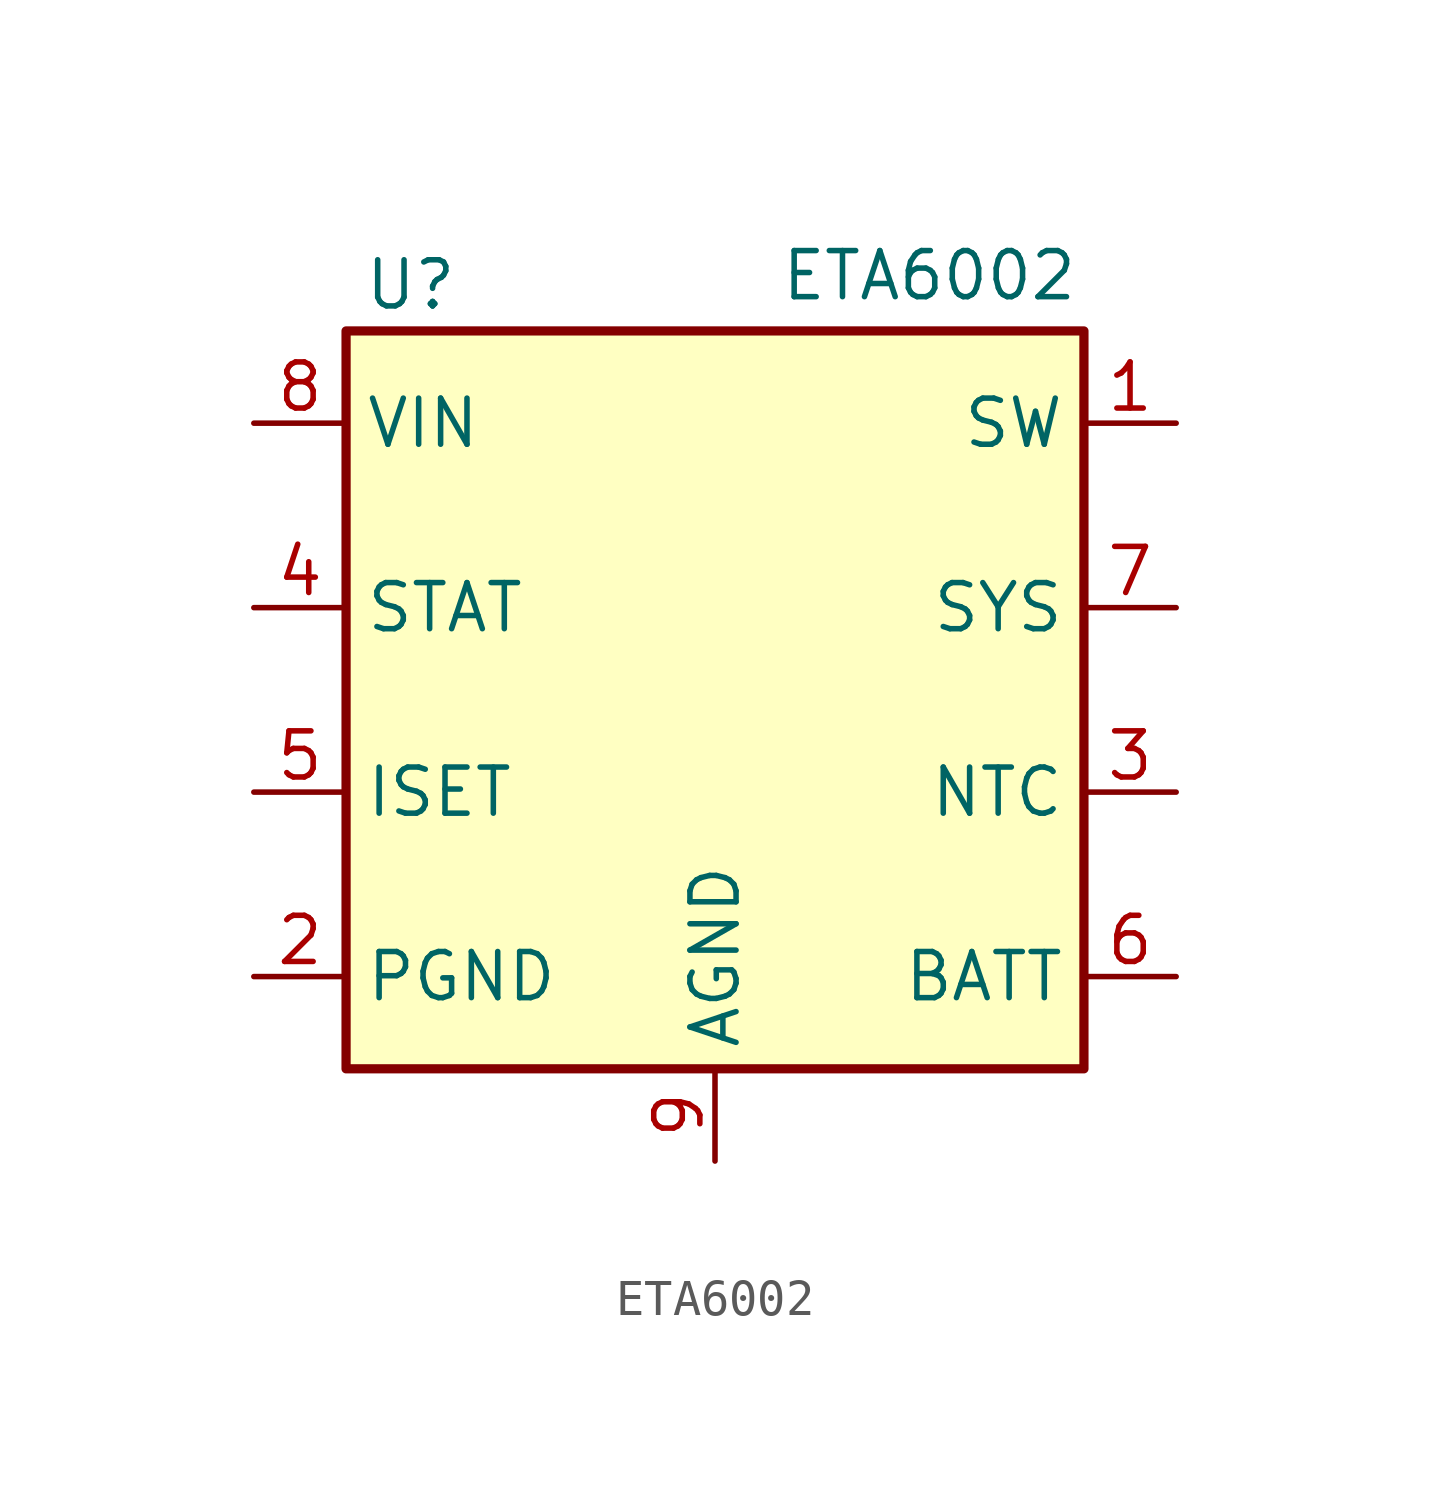
<source format=kicad_sym>
(kicad_symbol_lib
  (version 20231120)
  (generator "kicad_symbol_editor")
  (generator_version "8.0")
  (symbol "ETA6002"
    (property "Reference" "U"
      (at -8.382 11.43 0)
      (effects (font (size 1.27 1.27))))
    (property "Value" "ETA6002"
      (at 1.778 11.684 0)
      (effects (font (size 1.27 1.27)) (justify left)))
    (symbol "ETA6002_0_1"
      (rectangle (start -10.16 10.16) (end 10.16 -10.16) (stroke (width 0.254) (type default)) (fill (type background))))
    (symbol "ETA6002_1_1"
      (pin input line (at 12.7 7.62 180) (length 2.54) (name "SW" (effects (font (size 1.27 1.27)))) (number "1" (effects (font (size 1.27 1.27)))))
      (pin power_in line (at -12.7 -7.62 0) (length 2.54) (name "PGND" (effects (font (size 1.27 1.27)))) (number "2" (effects (font (size 1.27 1.27)))))
      (pin input line (at 12.7 -2.54 180) (length 2.54) (name "NTC" (effects (font (size 1.27 1.27)))) (number "3" (effects (font (size 1.27 1.27)))))
      (pin open_collector line (at -12.7 2.54 0) (length 2.54) (name "STAT" (effects (font (size 1.27 1.27)))) (number "4" (effects (font (size 1.27 1.27)))))
      (pin input line (at -12.7 -2.54 0) (length 2.54) (name "ISET" (effects (font (size 1.27 1.27)))) (number "5" (effects (font (size 1.27 1.27)))))
      (pin output line (at 12.7 -7.62 180) (length 2.54) (name "BATT" (effects (font (size 1.27 1.27)))) (number "6" (effects (font (size 1.27 1.27)))))
      (pin power_out line (at 12.7 2.54 180) (length 2.54) (name "SYS" (effects (font (size 1.27 1.27)))) (number "7" (effects (font (size 1.27 1.27)))))
      (pin power_in line (at -12.7 7.62 0) (length 2.54) (name "VIN" (effects (font (size 1.27 1.27)))) (number "8" (effects (font (size 1.27 1.27)))))
      (pin power_in line (at 0 -12.7 90) (length 2.54) (name "AGND" (effects (font (size 1.27 1.27)))) (number "9" (effects (font (size 1.27 1.27))))))))
</source>
